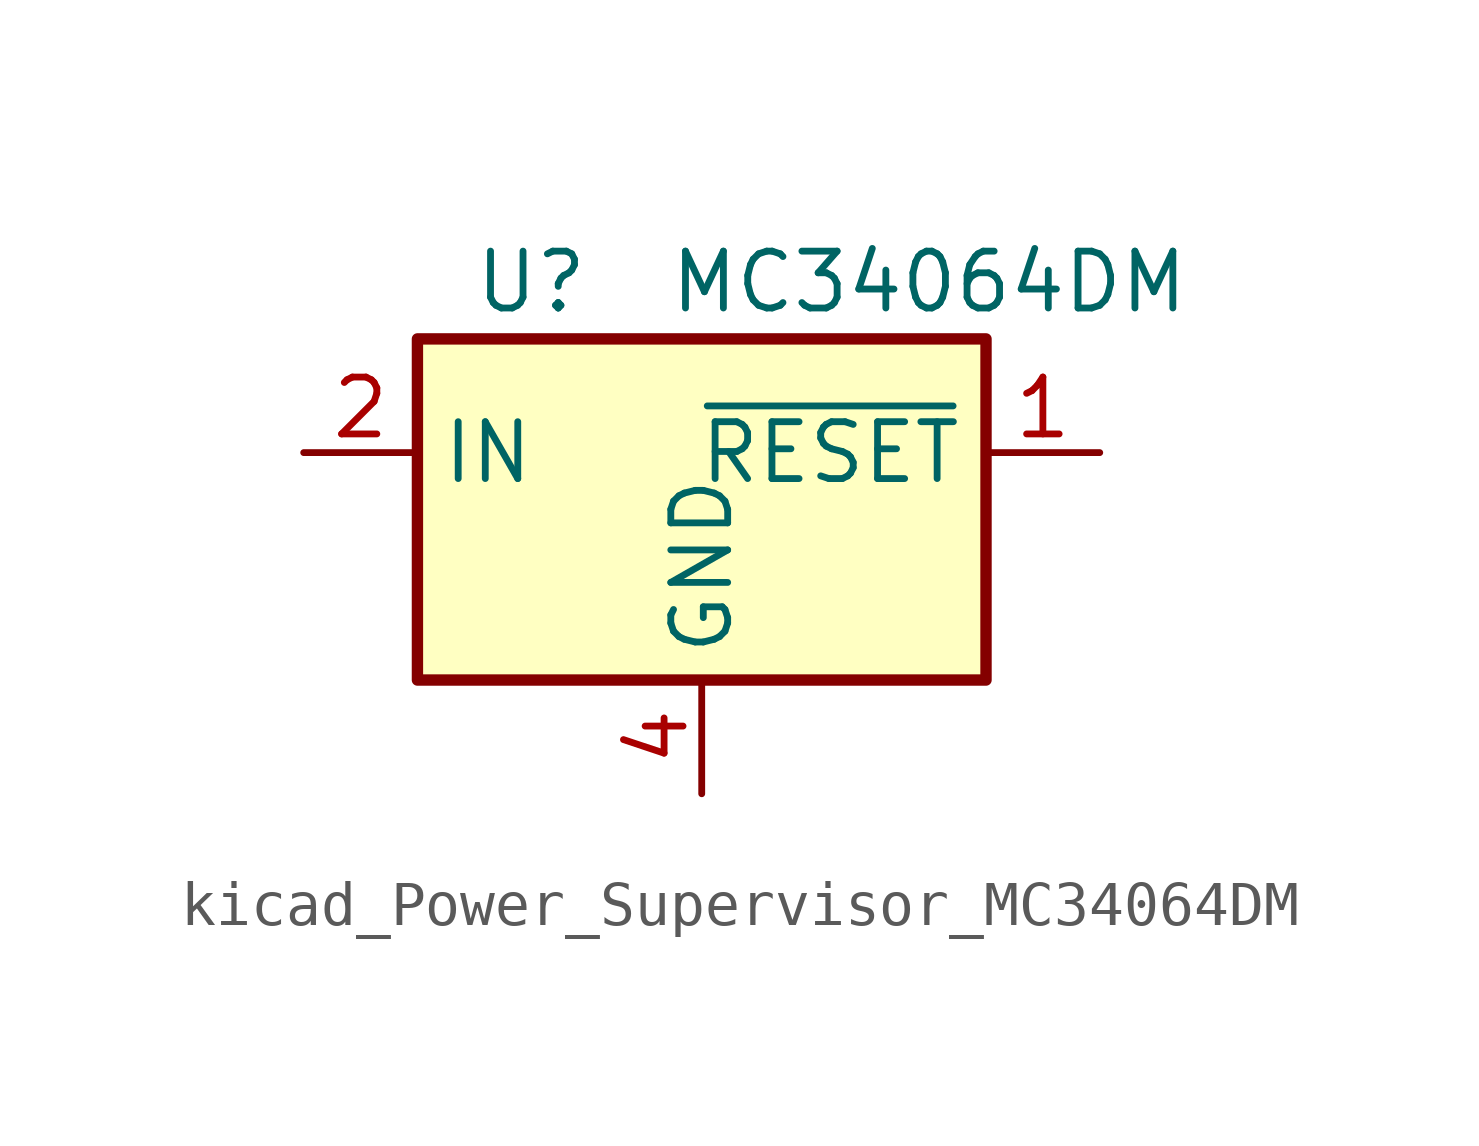
<source format=kicad_sym>
(kicad_symbol_lib
  (version 20220914)
  (generator kicad_symbol_editor)
  (symbol "kicad_Power_Supervisor_MC34064DM"
    (property "Reference" "U"
      (at -3.81 5.08 0)
      (effects (font (size 1.27 1.27))))
    (property "Value" "MC34064DM"
      (at 5.08 5.08 0)
      (effects (font (size 1.27 1.27))))
    (symbol "kicad_Power_Supervisor_MC34064DM_0_1"
      (rectangle (start -6.35 -3.81) (end 6.35 3.81) (stroke (width 0.254) (type default)) (fill (type background))))
    (symbol "kicad_Power_Supervisor_MC34064DM_1_1"
      (pin open_collector line (at 8.89 1.27 180) (length 2.54) (name "~{RESET}" (effects (font (size 1.27 1.27)))) (number "1" (effects (font (size 1.27 1.27)))))
      (pin input line (at -8.89 1.27 0) (length 2.54) (name "IN" (effects (font (size 1.27 1.27)))) (number "2" (effects (font (size 1.27 1.27)))))
      (pin no_connect line (at 6.35 -2.54 180) (length 2.54) hide (name "NC" (effects (font (size 1.27 1.27)))) (number "3" (effects (font (size 1.27 1.27)))))
      (pin power_in line (at 0 -6.35 90) (length 2.54) (name "GND" (effects (font (size 1.27 1.27)))) (number "4" (effects (font (size 1.27 1.27)))))
      (pin no_connect line (at 0 3.81 270) (length 2.54) hide (name "NC" (effects (font (size 1.27 1.27)))) (number "5" (effects (font (size 1.27 1.27)))))
      (pin no_connect line (at 2.54 3.81 270) (length 2.54) hide (name "NC" (effects (font (size 1.27 1.27)))) (number "6" (effects (font (size 1.27 1.27)))))
      (pin no_connect line (at -6.35 -2.54 0) (length 2.54) hide (name "NC" (effects (font (size 1.27 1.27)))) (number "7" (effects (font (size 1.27 1.27)))))
      (pin no_connect line (at -2.54 3.81 270) (length 2.54) hide (name "NC" (effects (font (size 1.27 1.27)))) (number "8" (effects (font (size 1.27 1.27))))))))
</source>
